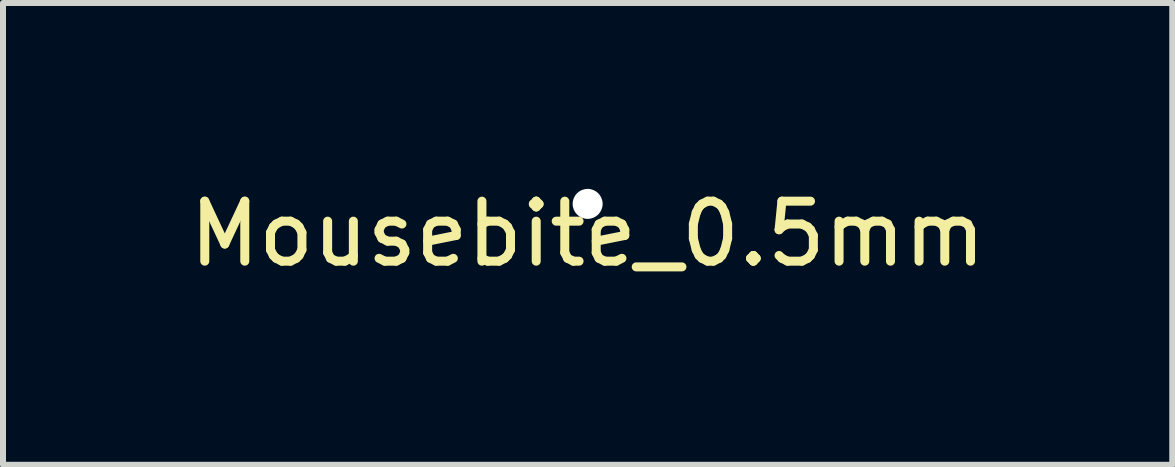
<source format=kicad_pcb>
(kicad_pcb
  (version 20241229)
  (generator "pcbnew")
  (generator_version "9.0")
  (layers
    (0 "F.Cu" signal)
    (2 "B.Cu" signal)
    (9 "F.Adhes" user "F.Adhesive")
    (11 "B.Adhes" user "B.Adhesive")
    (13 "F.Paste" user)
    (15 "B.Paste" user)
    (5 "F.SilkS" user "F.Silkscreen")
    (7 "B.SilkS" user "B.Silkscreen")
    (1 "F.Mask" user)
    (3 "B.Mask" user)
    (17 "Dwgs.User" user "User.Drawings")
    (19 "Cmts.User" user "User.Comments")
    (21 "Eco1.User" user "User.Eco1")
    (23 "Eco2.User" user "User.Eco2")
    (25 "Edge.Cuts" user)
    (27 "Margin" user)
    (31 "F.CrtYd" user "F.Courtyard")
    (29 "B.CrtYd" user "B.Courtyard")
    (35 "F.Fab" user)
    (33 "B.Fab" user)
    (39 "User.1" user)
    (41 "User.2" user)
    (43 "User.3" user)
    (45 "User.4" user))
  (footprint "Mousebite_0.5mm"
    (layer "F.Cu")
    (at 6.744 0.348)
    (property "Reference" "Mousebite_0.5mm" (at 0 0.5 0) (layer "F.SilkS") (effects (font (size 1 1) (thickness 0.15))))
    (attr through_hole)
    (pad "" np_thru_hole circle (at 0 0) (size 0.5 0.5) (drill 0.5) (layers "*.Cu" "*.Mask")))
  (gr_rect
    (start -3 -3)
    (end 16.488 4.697)
    (stroke (width 0.1) (type default))
    (fill no)
    (layer "Edge.Cuts")))
</source>
